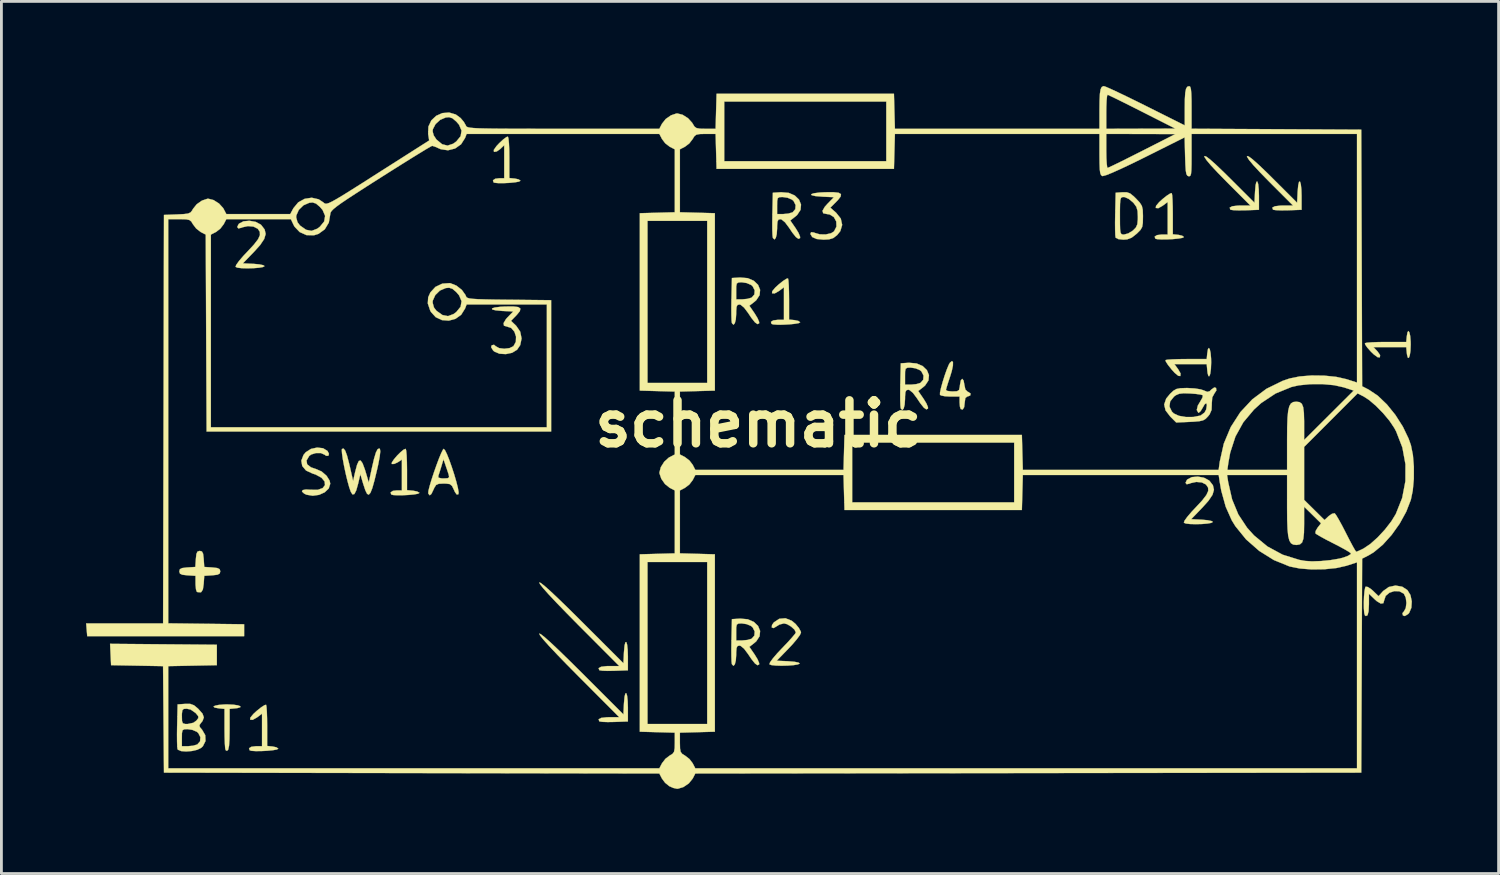
<source format=kicad_pcb>
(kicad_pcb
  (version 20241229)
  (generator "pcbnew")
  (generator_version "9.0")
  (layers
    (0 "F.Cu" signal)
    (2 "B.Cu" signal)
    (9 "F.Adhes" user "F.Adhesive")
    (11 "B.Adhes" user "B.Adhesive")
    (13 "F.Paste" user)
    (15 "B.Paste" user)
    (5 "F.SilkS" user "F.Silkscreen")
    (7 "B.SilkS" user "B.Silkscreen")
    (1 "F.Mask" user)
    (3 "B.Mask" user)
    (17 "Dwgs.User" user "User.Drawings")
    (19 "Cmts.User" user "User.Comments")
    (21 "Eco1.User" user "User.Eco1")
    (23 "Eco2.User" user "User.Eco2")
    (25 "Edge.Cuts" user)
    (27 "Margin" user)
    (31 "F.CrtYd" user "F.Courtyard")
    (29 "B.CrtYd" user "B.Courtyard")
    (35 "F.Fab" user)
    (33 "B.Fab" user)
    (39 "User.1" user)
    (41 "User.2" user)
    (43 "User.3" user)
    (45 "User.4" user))
  (footprint "schematic"
    (layer "F.Cu")
    (at 23.84 11.979)
    (property "Reference" "schematic" (at 0 0 0) (layer "F.SilkS") (effects (font (size 1.524 1.524) (thickness 0.3))))
    (attr through_hole)
    (fp_poly (pts (xy -18.615 9.958) (xy -18.454 9.982) (xy -18.368 10.014) (xy -18.37 10.049) (xy -18.473 10.079) (xy -18.551 10.088) (xy -18.748 10.107) (xy -18.748 10.826) (xy -18.753 11.177) (xy -18.769 11.417) (xy -18.799 11.554) (xy -18.843 11.597) (xy -18.89 11.569) (xy -18.906 11.497) (xy -18.918 11.329) (xy -18.926 11.091) (xy -18.929 10.819) (xy -18.929 10.107) (xy -19.126 10.088) (xy -19.276 10.062) (xy -19.32 10.029) (xy -19.269 9.995) (xy -19.138 9.967) (xy -18.94 9.95) (xy -18.838 9.948) (xy -18.615 9.958)) (stroke (width 0.01) (type solid)) (fill yes) (layer "F.SilkS"))
    (fp_poly (pts (xy 23.085 -3.243) (xy 23.114 -3.112) (xy 23.13 -2.914) (xy 23.132 -2.812) (xy 23.123 -2.589) (xy 23.098 -2.428) (xy 23.066 -2.342) (xy 23.032 -2.344) (xy 23.002 -2.447) (xy 22.992 -2.525) (xy 22.973 -2.721) (xy 21.811 -2.721) (xy 21.954 -2.569) (xy 22.046 -2.438) (xy 22.037 -2.358) (xy 21.959 -2.362) (xy 21.819 -2.465) (xy 21.722 -2.559) (xy 21.594 -2.702) (xy 21.517 -2.813) (xy 21.508 -2.861) (xy 21.582 -2.878) (xy 21.751 -2.891) (xy 21.99 -2.9) (xy 22.261 -2.903) (xy 22.973 -2.903) (xy 22.992 -3.099) (xy 23.018 -3.25) (xy 23.051 -3.293) (xy 23.085 -3.243)) (stroke (width 0.01) (type solid)) (fill yes) (layer "F.SilkS"))
    (fp_poly (pts (xy 15.874 -9.482) (xy 16.011 -9.38) (xy 16.227 -9.188) (xy 16.522 -8.906) (xy 16.726 -8.704) (xy 17.592 -7.84) (xy 17.611 -8.229) (xy 17.631 -8.462) (xy 17.66 -8.581) (xy 17.693 -8.592) (xy 17.723 -8.501) (xy 17.743 -8.314) (xy 17.75 -8.089) (xy 17.75 -7.59) (xy 17.263 -7.572) (xy 17.031 -7.569) (xy 16.848 -7.576) (xy 16.745 -7.591) (xy 16.736 -7.596) (xy 16.713 -7.667) (xy 16.803 -7.715) (xy 17.002 -7.739) (xy 17.102 -7.741) (xy 17.446 -7.741) (xy 16.607 -8.581) (xy 16.287 -8.908) (xy 16.047 -9.166) (xy 15.889 -9.354) (xy 15.817 -9.467) (xy 15.815 -9.495) (xy 15.874 -9.482)) (stroke (width 0.01) (type solid)) (fill yes) (layer "F.SilkS"))
    (fp_poly (pts (xy 16.007 -2.643) (xy 16.036 -2.513) (xy 16.053 -2.315) (xy 16.056 -2.177) (xy 16.047 -1.944) (xy 16.024 -1.778) (xy 15.993 -1.691) (xy 15.959 -1.694) (xy 15.929 -1.8) (xy 15.917 -1.904) (xy 15.898 -2.117) (xy 14.753 -2.117) (xy 14.887 -1.935) (xy 14.972 -1.785) (xy 14.963 -1.695) (xy 14.963 -1.695) (xy 14.89 -1.703) (xy 14.762 -1.809) (xy 14.652 -1.93) (xy 14.528 -2.086) (xy 14.45 -2.205) (xy 14.437 -2.261) (xy 14.508 -2.275) (xy 14.676 -2.287) (xy 14.914 -2.295) (xy 15.186 -2.298) (xy 15.898 -2.298) (xy 15.917 -2.495) (xy 15.942 -2.647) (xy 15.974 -2.692) (xy 16.007 -2.643)) (stroke (width 0.01) (type solid)) (fill yes) (layer "F.SilkS"))
    (fp_poly (pts (xy 17.385 -9.482) (xy 17.523 -9.38) (xy 17.739 -9.188) (xy 18.034 -8.906) (xy 18.238 -8.704) (xy 19.104 -7.84) (xy 19.122 -8.229) (xy 19.143 -8.462) (xy 19.172 -8.581) (xy 19.205 -8.592) (xy 19.234 -8.501) (xy 19.255 -8.314) (xy 19.262 -8.089) (xy 19.262 -7.59) (xy 18.775 -7.572) (xy 18.543 -7.569) (xy 18.36 -7.576) (xy 18.257 -7.591) (xy 18.248 -7.596) (xy 18.224 -7.667) (xy 18.315 -7.715) (xy 18.513 -7.739) (xy 18.614 -7.741) (xy 18.958 -7.741) (xy 18.119 -8.581) (xy 17.799 -8.908) (xy 17.559 -9.166) (xy 17.401 -9.354) (xy 17.329 -9.467) (xy 17.326 -9.495) (xy 17.385 -9.482)) (stroke (width 0.01) (type solid)) (fill yes) (layer "F.SilkS"))
    (fp_poly (pts (xy -12.503 0.888) (xy -12.486 0.955) (xy -12.471 1.119) (xy -12.462 1.354) (xy -12.458 1.633) (xy -12.458 2.351) (xy -12.245 2.37) (xy -12.1 2.398) (xy -12.022 2.442) (xy -12.018 2.449) (xy -12.067 2.477) (xy -12.202 2.502) (xy -12.392 2.52) (xy -12.602 2.531) (xy -12.799 2.533) (xy -12.95 2.524) (xy -13.019 2.504) (xy -13.039 2.431) (xy -12.96 2.377) (xy -12.817 2.359) (xy -12.64 2.359) (xy -12.64 1.267) (xy -12.788 1.365) (xy -12.914 1.422) (xy -13 1.423) (xy -12.994 1.366) (xy -12.922 1.259) (xy -12.812 1.129) (xy -12.688 1.005) (xy -12.578 0.914) (xy -12.507 0.886) (xy -12.503 0.888)) (stroke (width 0.01) (type solid)) (fill yes) (layer "F.SilkS"))
    (fp_poly (pts (xy -8.86 -10.115) (xy -8.844 -9.95) (xy -8.833 -9.713) (xy -8.83 -9.435) (xy -8.83 -8.716) (xy -8.633 -8.697) (xy -8.499 -8.668) (xy -8.437 -8.622) (xy -8.436 -8.618) (xy -8.491 -8.589) (xy -8.631 -8.564) (xy -8.823 -8.545) (xy -9.03 -8.535) (xy -9.217 -8.535) (xy -9.35 -8.548) (xy -9.39 -8.563) (xy -9.41 -8.636) (xy -9.331 -8.69) (xy -9.189 -8.709) (xy -9.011 -8.709) (xy -9.011 -9.879) (xy -9.158 -9.741) (xy -9.277 -9.658) (xy -9.37 -9.644) (xy -9.375 -9.647) (xy -9.38 -9.714) (xy -9.285 -9.849) (xy -9.188 -9.953) (xy -9.045 -10.086) (xy -8.932 -10.169) (xy -8.88 -10.184) (xy -8.86 -10.115)) (stroke (width 0.01) (type solid)) (fill yes) (layer "F.SilkS"))
    (fp_poly (pts (xy -17.44 10.033) (xy -17.428 10.201) (xy -17.42 10.439) (xy -17.417 10.711) (xy -17.417 11.422) (xy -17.221 11.441) (xy -17.087 11.47) (xy -17.025 11.516) (xy -17.024 11.521) (xy -17.079 11.549) (xy -17.221 11.573) (xy -17.415 11.592) (xy -17.628 11.603) (xy -17.827 11.604) (xy -17.975 11.594) (xy -18.038 11.575) (xy -18.059 11.503) (xy -17.978 11.451) (xy -17.812 11.43) (xy -17.807 11.43) (xy -17.599 11.43) (xy -17.599 10.277) (xy -17.78 10.412) (xy -17.93 10.496) (xy -18.021 10.488) (xy -18.021 10.488) (xy -18.012 10.415) (xy -17.906 10.287) (xy -17.786 10.177) (xy -17.63 10.052) (xy -17.51 9.975) (xy -17.455 9.961) (xy -17.44 10.033)) (stroke (width 0.01) (type solid)) (fill yes) (layer "F.SilkS"))
    (fp_poly (pts (xy 1.066 -5.086) (xy 1.078 -4.918) (xy 1.086 -4.681) (xy 1.089 -4.409) (xy 1.089 -3.697) (xy 1.285 -3.678) (xy 1.419 -3.649) (xy 1.481 -3.603) (xy 1.482 -3.598) (xy 1.427 -3.57) (xy 1.285 -3.546) (xy 1.091 -3.527) (xy 0.877 -3.516) (xy 0.679 -3.515) (xy 0.53 -3.525) (xy 0.468 -3.544) (xy 0.446 -3.616) (xy 0.528 -3.668) (xy 0.694 -3.689) (xy 0.699 -3.689) (xy 0.907 -3.689) (xy 0.907 -4.842) (xy 0.725 -4.707) (xy 0.575 -4.623) (xy 0.485 -4.631) (xy 0.485 -4.631) (xy 0.493 -4.704) (xy 0.6 -4.832) (xy 0.72 -4.942) (xy 0.876 -5.067) (xy 0.996 -5.144) (xy 1.051 -5.158) (xy 1.066 -5.086)) (stroke (width 0.01) (type solid)) (fill yes) (layer "F.SilkS"))
    (fp_poly (pts (xy 14.673 -8.11) (xy 14.685 -7.942) (xy 14.693 -7.704) (xy 14.696 -7.432) (xy 14.696 -6.721) (xy 14.892 -6.702) (xy 15.026 -6.672) (xy 15.088 -6.627) (xy 15.089 -6.622) (xy 15.034 -6.594) (xy 14.892 -6.57) (xy 14.698 -6.551) (xy 14.484 -6.54) (xy 14.286 -6.539) (xy 14.137 -6.549) (xy 14.075 -6.568) (xy 14.053 -6.64) (xy 14.135 -6.692) (xy 14.301 -6.713) (xy 14.306 -6.713) (xy 14.514 -6.713) (xy 14.514 -7.866) (xy 14.332 -7.731) (xy 14.183 -7.647) (xy 14.092 -7.655) (xy 14.092 -7.655) (xy 14.101 -7.728) (xy 14.207 -7.856) (xy 14.327 -7.966) (xy 14.483 -8.091) (xy 14.603 -8.168) (xy 14.658 -8.182) (xy 14.673 -8.11)) (stroke (width 0.01) (type solid)) (fill yes) (layer "F.SilkS"))
    (fp_poly (pts (xy -7.715 5.643) (xy -7.578 5.75) (xy -7.362 5.943) (xy -7.069 6.22) (xy -6.699 6.579) (xy -6.255 7.02) (xy -6.255 7.02) (xy -4.784 8.49) (xy -4.766 8.1) (xy -4.745 7.867) (xy -4.716 7.748) (xy -4.683 7.737) (xy -4.654 7.828) (xy -4.633 8.015) (xy -4.626 8.24) (xy -4.626 8.739) (xy -5.113 8.756) (xy -5.345 8.76) (xy -5.528 8.753) (xy -5.631 8.738) (xy -5.641 8.733) (xy -5.664 8.662) (xy -5.573 8.613) (xy -5.375 8.59) (xy -5.275 8.588) (xy -4.932 8.588) (xy -6.374 7.142) (xy -6.799 6.711) (xy -7.151 6.348) (xy -7.428 6.054) (xy -7.625 5.833) (xy -7.74 5.688) (xy -7.77 5.623) (xy -7.77 5.623) (xy -7.715 5.643)) (stroke (width 0.01) (type solid)) (fill yes) (layer "F.SilkS"))
    (fp_poly (pts (xy -7.715 7.457) (xy -7.578 7.565) (xy -7.362 7.757) (xy -7.069 8.034) (xy -6.699 8.394) (xy -6.255 8.834) (xy -6.255 8.834) (xy -4.784 10.304) (xy -4.766 9.914) (xy -4.745 9.681) (xy -4.716 9.562) (xy -4.683 9.551) (xy -4.654 9.642) (xy -4.633 9.829) (xy -4.626 10.054) (xy -4.626 10.553) (xy -5.113 10.57) (xy -5.345 10.574) (xy -5.528 10.567) (xy -5.631 10.552) (xy -5.641 10.547) (xy -5.664 10.476) (xy -5.573 10.427) (xy -5.375 10.404) (xy -5.275 10.402) (xy -4.932 10.402) (xy -6.374 8.956) (xy -6.799 8.526) (xy -7.151 8.162) (xy -7.428 7.868) (xy -7.625 7.647) (xy -7.74 7.502) (xy -7.77 7.437) (xy -7.77 7.437) (xy -7.715 7.457)) (stroke (width 0.01) (type solid)) (fill yes) (layer "F.SilkS"))
    (fp_poly (pts (xy -19.73 4.525) (xy -19.689 4.604) (xy -19.668 4.771) (xy -19.667 4.79) (xy -19.648 5.074) (xy -19.364 5.092) (xy -19.188 5.112) (xy -19.104 5.151) (xy -19.08 5.223) (xy -19.08 5.231) (xy -19.1 5.307) (xy -19.179 5.349) (xy -19.346 5.369) (xy -19.364 5.37) (xy -19.648 5.389) (xy -19.667 5.672) (xy -19.696 5.871) (xy -19.753 5.964) (xy -19.779 5.974) (xy -19.886 5.966) (xy -19.915 5.949) (xy -19.941 5.867) (xy -19.956 5.712) (xy -19.957 5.648) (xy -19.957 5.389) (xy -20.244 5.371) (xy -20.421 5.351) (xy -20.507 5.313) (xy -20.531 5.241) (xy -20.532 5.231) (xy -20.512 5.155) (xy -20.433 5.114) (xy -20.266 5.093) (xy -20.248 5.092) (xy -19.964 5.074) (xy -19.945 4.79) (xy -19.926 4.614) (xy -19.887 4.529) (xy -19.814 4.506) (xy -19.806 4.505) (xy -19.73 4.525)) (stroke (width 0.01) (type solid)) (fill yes) (layer "F.SilkS"))
    (fp_poly (pts (xy -17.826 -7.162) (xy -17.647 -7.068) (xy -17.626 -7.048) (xy -17.506 -6.892) (xy -17.47 -6.733) (xy -17.522 -6.555) (xy -17.666 -6.34) (xy -17.878 -6.105) (xy -18.278 -5.691) (xy -17.893 -5.673) (xy -17.695 -5.655) (xy -17.556 -5.626) (xy -17.508 -5.594) (xy -17.563 -5.561) (xy -17.704 -5.536) (xy -17.899 -5.52) (xy -18.114 -5.514) (xy -18.314 -5.519) (xy -18.467 -5.537) (xy -18.537 -5.566) (xy -18.515 -5.635) (xy -18.419 -5.77) (xy -18.264 -5.952) (xy -18.119 -6.105) (xy -17.886 -6.356) (xy -17.739 -6.547) (xy -17.673 -6.692) (xy -17.678 -6.81) (xy -17.748 -6.914) (xy -17.754 -6.92) (xy -17.9 -6.994) (xy -18.098 -7.012) (xy -18.291 -6.97) (xy -18.325 -6.955) (xy -18.437 -6.928) (xy -18.478 -6.98) (xy -18.43 -7.08) (xy -18.411 -7.101) (xy -18.255 -7.182) (xy -18.045 -7.201) (xy -17.826 -7.162)) (stroke (width 0.01) (type solid)) (fill yes) (layer "F.SilkS"))
    (fp_poly (pts (xy 15.799 1.909) (xy 15.977 2.004) (xy 15.999 2.023) (xy 16.119 2.179) (xy 16.155 2.338) (xy 16.103 2.517) (xy 15.958 2.731) (xy 15.747 2.966) (xy 15.347 3.381) (xy 15.732 3.399) (xy 15.93 3.417) (xy 16.069 3.446) (xy 16.117 3.477) (xy 16.062 3.511) (xy 15.92 3.536) (xy 15.725 3.552) (xy 15.511 3.557) (xy 15.31 3.552) (xy 15.158 3.535) (xy 15.088 3.506) (xy 15.11 3.436) (xy 15.206 3.302) (xy 15.361 3.12) (xy 15.506 2.966) (xy 15.739 2.715) (xy 15.885 2.525) (xy 15.952 2.379) (xy 15.947 2.262) (xy 15.876 2.157) (xy 15.871 2.151) (xy 15.725 2.077) (xy 15.527 2.059) (xy 15.333 2.101) (xy 15.3 2.117) (xy 15.188 2.143) (xy 15.147 2.091) (xy 15.194 1.991) (xy 15.214 1.97) (xy 15.369 1.889) (xy 15.58 1.87) (xy 15.799 1.909)) (stroke (width 0.01) (type solid)) (fill yes) (layer "F.SilkS"))
    (fp_poly (pts (xy 1.185 6.982) (xy 1.319 7.094) (xy 1.436 7.237) (xy 1.505 7.365) (xy 1.512 7.403) (xy 1.472 7.49) (xy 1.363 7.638) (xy 1.205 7.824) (xy 1.081 7.956) (xy 0.65 8.4) (xy 1.066 8.418) (xy 1.278 8.436) (xy 1.42 8.464) (xy 1.467 8.497) (xy 1.403 8.53) (xy 1.253 8.555) (xy 1.05 8.571) (xy 0.828 8.577) (xy 0.622 8.571) (xy 0.465 8.554) (xy 0.392 8.525) (xy 0.415 8.456) (xy 0.512 8.321) (xy 0.669 8.137) (xy 0.84 7.956) (xy 1.034 7.753) (xy 1.191 7.579) (xy 1.296 7.453) (xy 1.33 7.396) (xy 1.281 7.296) (xy 1.162 7.188) (xy 1.018 7.103) (xy 0.908 7.076) (xy 0.748 7.116) (xy 0.659 7.172) (xy 0.541 7.242) (xy 0.476 7.221) (xy 0.484 7.133) (xy 0.55 7.039) (xy 0.742 6.912) (xy 0.961 6.893) (xy 1.185 6.982)) (stroke (width 0.01) (type solid)) (fill yes) (layer "F.SilkS"))
    (fp_poly (pts (xy -15.434 0.865) (xy -15.276 0.962) (xy -15.224 1.065) (xy -15.25 1.134) (xy -15.327 1.133) (xy -15.378 1.095) (xy -15.509 1.037) (xy -15.687 1.035) (xy -15.854 1.086) (xy -15.926 1.139) (xy -16.021 1.299) (xy -15.999 1.435) (xy -15.863 1.542) (xy -15.694 1.599) (xy -15.486 1.689) (xy -15.311 1.84) (xy -15.201 2.015) (xy -15.18 2.124) (xy -15.234 2.292) (xy -15.376 2.427) (xy -15.575 2.517) (xy -15.8 2.549) (xy -16.02 2.513) (xy -16.103 2.474) (xy -16.183 2.401) (xy -16.157 2.349) (xy -16.038 2.327) (xy -15.881 2.337) (xy -15.62 2.339) (xy -15.448 2.277) (xy -15.367 2.172) (xy -15.38 2.042) (xy -15.49 1.911) (xy -15.699 1.797) (xy -15.806 1.763) (xy -16.038 1.655) (xy -16.173 1.495) (xy -16.206 1.305) (xy -16.129 1.104) (xy -16.048 1.006) (xy -15.865 0.889) (xy -15.646 0.841) (xy -15.434 0.865)) (stroke (width 0.01) (type solid)) (fill yes) (layer "F.SilkS"))
    (fp_poly (pts (xy -8.514 -4.141) (xy -8.438 -4.087) (xy -8.457 -3.997) (xy -8.564 -3.865) (xy -8.576 -3.852) (xy -8.77 -3.652) (xy -8.588 -3.478) (xy -8.444 -3.268) (xy -8.396 -3.027) (xy -8.444 -2.792) (xy -8.555 -2.628) (xy -8.731 -2.52) (xy -8.955 -2.473) (xy -9.181 -2.487) (xy -9.364 -2.565) (xy -9.405 -2.602) (xy -9.476 -2.72) (xy -9.454 -2.786) (xy -9.373 -2.804) (xy -9.315 -2.754) (xy -9.193 -2.686) (xy -9.012 -2.663) (xy -8.825 -2.685) (xy -8.687 -2.752) (xy -8.683 -2.756) (xy -8.599 -2.909) (xy -8.592 -3.092) (xy -8.65 -3.267) (xy -8.761 -3.398) (xy -8.906 -3.447) (xy -9.02 -3.48) (xy -9.034 -3.572) (xy -8.95 -3.713) (xy -8.888 -3.782) (xy -8.691 -3.985) (xy -9.078 -4.003) (xy -9.315 -4.025) (xy -9.436 -4.056) (xy -9.444 -4.092) (xy -9.344 -4.126) (xy -9.137 -4.152) (xy -8.986 -4.16) (xy -8.695 -4.163) (xy -8.514 -4.141)) (stroke (width 0.01) (type solid)) (fill yes) (layer "F.SilkS"))
    (fp_poly (pts (xy 2.844 -8.195) (xy 2.929 -8.146) (xy 2.919 -8.061) (xy 2.82 -7.934) (xy 2.771 -7.884) (xy 2.553 -7.665) (xy 2.758 -7.485) (xy 2.923 -7.278) (xy 2.972 -7.055) (xy 2.907 -6.835) (xy 2.794 -6.694) (xy 2.66 -6.59) (xy 2.509 -6.542) (xy 2.314 -6.531) (xy 2.064 -6.555) (xy 1.913 -6.623) (xy 1.909 -6.627) (xy 1.844 -6.733) (xy 1.87 -6.796) (xy 1.971 -6.785) (xy 1.995 -6.773) (xy 2.177 -6.72) (xy 2.389 -6.716) (xy 2.579 -6.759) (xy 2.682 -6.823) (xy 2.769 -6.993) (xy 2.763 -7.173) (xy 2.679 -7.329) (xy 2.531 -7.424) (xy 2.433 -7.439) (xy 2.3 -7.467) (xy 2.274 -7.553) (xy 2.354 -7.694) (xy 2.452 -7.804) (xy 2.68 -8.037) (xy 2.277 -8.055) (xy 2.026 -8.076) (xy 1.892 -8.107) (xy 1.872 -8.142) (xy 1.965 -8.175) (xy 2.166 -8.202) (xy 2.353 -8.212) (xy 2.654 -8.215) (xy 2.844 -8.195)) (stroke (width 0.01) (type solid)) (fill yes) (layer "F.SilkS"))
    (fp_poly (pts (xy 22.831 5.775) (xy 23.014 5.894) (xy 23.122 6.07) (xy 23.169 6.294) (xy 23.155 6.52) (xy 23.077 6.703) (xy 23.04 6.744) (xy 22.922 6.815) (xy 22.856 6.794) (xy 22.838 6.712) (xy 22.888 6.655) (xy 22.956 6.532) (xy 22.979 6.351) (xy 22.957 6.164) (xy 22.89 6.026) (xy 22.886 6.022) (xy 22.733 5.938) (xy 22.55 5.931) (xy 22.375 5.989) (xy 22.244 6.1) (xy 22.195 6.245) (xy 22.162 6.359) (xy 22.071 6.373) (xy 21.929 6.288) (xy 21.857 6.224) (xy 21.65 6.024) (xy 21.65 6.395) (xy 21.638 6.645) (xy 21.6 6.787) (xy 21.54 6.815) (xy 21.508 6.792) (xy 21.483 6.708) (xy 21.471 6.544) (xy 21.469 6.335) (xy 21.476 6.117) (xy 21.493 5.927) (xy 21.518 5.801) (xy 21.535 5.772) (xy 21.614 5.786) (xy 21.736 5.868) (xy 21.796 5.921) (xy 21.991 6.11) (xy 22.154 5.928) (xy 22.354 5.785) (xy 22.592 5.733) (xy 22.831 5.775)) (stroke (width 0.01) (type solid)) (fill yes) (layer "F.SilkS"))
    (fp_poly (pts (xy -13.419 0.89) (xy -13.406 0.975) (xy -13.426 1.16) (xy -13.477 1.432) (xy -13.516 1.607) (xy -13.61 1.999) (xy -13.688 2.277) (xy -13.755 2.446) (xy -13.815 2.512) (xy -13.874 2.481) (xy -13.936 2.356) (xy -14.006 2.144) (xy -14.011 2.129) (xy -14.113 1.784) (xy -14.188 2.109) (xy -14.258 2.359) (xy -14.325 2.49) (xy -14.391 2.503) (xy -14.45 2.413) (xy -14.506 2.254) (xy -14.568 2.03) (xy -14.631 1.771) (xy -14.688 1.502) (xy -14.734 1.253) (xy -14.763 1.049) (xy -14.771 0.92) (xy -14.763 0.89) (xy -14.707 0.876) (xy -14.649 0.952) (xy -14.584 1.128) (xy -14.51 1.411) (xy -14.479 1.542) (xy -14.37 2.026) (xy -14.296 1.701) (xy -14.229 1.45) (xy -14.167 1.316) (xy -14.103 1.3) (xy -14.033 1.401) (xy -13.951 1.621) (xy -13.914 1.743) (xy -13.814 2.078) (xy -13.704 1.568) (xy -13.627 1.236) (xy -13.56 1.014) (xy -13.499 0.897) (xy -13.442 0.873) (xy -13.419 0.89)) (stroke (width 0.01) (type solid)) (fill yes) (layer "F.SilkS"))
    (fp_poly (pts (xy 6.901 -2.189) (xy 6.899 -2.065) (xy 6.858 -1.871) (xy 6.804 -1.694) (xy 6.732 -1.477) (xy 6.678 -1.304) (xy 6.653 -1.207) (xy 6.652 -1.199) (xy 6.706 -1.167) (xy 6.84 -1.15) (xy 6.891 -1.149) (xy 7.045 -1.156) (xy 7.116 -1.201) (xy 7.142 -1.315) (xy 7.148 -1.376) (xy 7.18 -1.543) (xy 7.23 -1.596) (xy 7.278 -1.534) (xy 7.306 -1.382) (xy 7.341 -1.216) (xy 7.423 -1.137) (xy 7.448 -1.129) (xy 7.527 -1.073) (xy 7.512 -1.005) (xy 7.415 -0.968) (xy 7.405 -0.968) (xy 7.339 -0.915) (xy 7.318 -0.76) (xy 7.298 -0.593) (xy 7.247 -0.508) (xy 7.177 -0.524) (xy 7.175 -0.526) (xy 7.148 -0.608) (xy 7.136 -0.754) (xy 7.136 -0.766) (xy 7.136 -0.968) (xy 6.807 -0.968) (xy 6.618 -0.978) (xy 6.481 -1.005) (xy 6.44 -1.03) (xy 6.441 -1.11) (xy 6.476 -1.272) (xy 6.534 -1.483) (xy 6.605 -1.71) (xy 6.68 -1.922) (xy 6.748 -2.088) (xy 6.791 -2.165) (xy 6.865 -2.227) (xy 6.901 -2.189)) (stroke (width 0.01) (type solid)) (fill yes) (layer "F.SilkS"))
    (fp_poly (pts (xy -11.111 0.935) (xy -11.041 1.076) (xy -10.958 1.284) (xy -10.87 1.532) (xy -10.784 1.796) (xy -10.71 2.05) (xy -10.655 2.268) (xy -10.628 2.425) (xy -10.635 2.495) (xy -10.693 2.507) (xy -10.758 2.419) (xy -10.794 2.339) (xy -10.862 2.201) (xy -10.941 2.136) (xy -11.077 2.118) (xy -11.158 2.117) (xy -11.33 2.125) (xy -11.426 2.167) (xy -11.492 2.271) (xy -11.517 2.328) (xy -11.594 2.487) (xy -11.652 2.534) (xy -11.699 2.478) (xy -11.705 2.463) (xy -11.699 2.377) (xy -11.657 2.209) (xy -11.59 1.984) (xy -11.546 1.851) (xy -11.35 1.851) (xy -11.34 1.909) (xy -11.237 1.933) (xy -11.16 1.935) (xy -11.016 1.928) (xy -10.965 1.892) (xy -10.979 1.805) (xy -10.981 1.799) (xy -11.031 1.646) (xy -11.093 1.464) (xy -11.094 1.459) (xy -11.165 1.255) (xy -11.241 1.511) (xy -11.296 1.688) (xy -11.34 1.824) (xy -11.35 1.851) (xy -11.546 1.851) (xy -11.506 1.728) (xy -11.414 1.467) (xy -11.324 1.227) (xy -11.244 1.034) (xy -11.183 0.913) (xy -11.158 0.885) (xy -11.111 0.935)) (stroke (width 0.01) (type solid)) (fill yes) (layer "F.SilkS"))
    (fp_poly (pts (xy -0.376 -5.166) (xy -0.16 -5.073) (xy -0.01 -4.928) (xy 0.062 -4.752) (xy 0.044 -4.564) (xy -0.074 -4.384) (xy -0.129 -4.336) (xy -0.318 -4.188) (xy -0.126 -3.908) (xy -0.027 -3.744) (xy 0.027 -3.616) (xy 0.028 -3.565) (xy -0.03 -3.536) (xy -0.119 -3.598) (xy -0.247 -3.758) (xy -0.366 -3.936) (xy -0.507 -4.123) (xy -0.628 -4.222) (xy -0.672 -4.233) (xy -0.738 -4.217) (xy -0.773 -4.148) (xy -0.785 -4) (xy -0.786 -3.904) (xy -0.799 -3.705) (xy -0.834 -3.57) (xy -0.88 -3.515) (xy -0.93 -3.56) (xy -0.94 -3.583) (xy -0.951 -3.673) (xy -0.957 -3.857) (xy -0.959 -4.109) (xy -0.955 -4.403) (xy -0.954 -4.418) (xy -0.948 -4.717) (xy -0.786 -4.717) (xy -0.786 -4.415) (xy -0.571 -4.415) (xy -0.389 -4.432) (xy -0.244 -4.474) (xy -0.238 -4.477) (xy -0.141 -4.587) (xy -0.13 -4.735) (xy -0.203 -4.879) (xy -0.255 -4.925) (xy -0.414 -4.993) (xy -0.588 -5.02) (xy -0.705 -5.014) (xy -0.764 -4.977) (xy -0.784 -4.877) (xy -0.786 -4.717) (xy -0.948 -4.717) (xy -0.937 -5.171) (xy -0.645 -5.189) (xy -0.376 -5.166)) (stroke (width 0.01) (type solid)) (fill yes) (layer "F.SilkS"))
    (fp_poly (pts (xy -0.376 6.929) (xy -0.16 7.023) (xy -0.01 7.167) (xy 0.062 7.343) (xy 0.044 7.531) (xy -0.074 7.711) (xy -0.129 7.759) (xy -0.318 7.908) (xy -0.126 8.188) (xy -0.027 8.351) (xy 0.027 8.48) (xy 0.028 8.531) (xy -0.03 8.559) (xy -0.119 8.497) (xy -0.247 8.337) (xy -0.366 8.16) (xy -0.507 7.972) (xy -0.628 7.873) (xy -0.672 7.862) (xy -0.738 7.878) (xy -0.773 7.947) (xy -0.785 8.096) (xy -0.786 8.191) (xy -0.799 8.39) (xy -0.834 8.526) (xy -0.88 8.58) (xy -0.93 8.535) (xy -0.94 8.513) (xy -0.951 8.423) (xy -0.957 8.238) (xy -0.959 7.986) (xy -0.955 7.692) (xy -0.954 7.677) (xy -0.948 7.378) (xy -0.786 7.378) (xy -0.786 7.68) (xy -0.571 7.68) (xy -0.389 7.663) (xy -0.244 7.621) (xy -0.238 7.618) (xy -0.141 7.508) (xy -0.13 7.36) (xy -0.203 7.216) (xy -0.255 7.17) (xy -0.414 7.102) (xy -0.588 7.076) (xy -0.705 7.081) (xy -0.764 7.118) (xy -0.784 7.218) (xy -0.786 7.378) (xy -0.948 7.378) (xy -0.937 6.925) (xy -0.645 6.906) (xy -0.376 6.929)) (stroke (width 0.01) (type solid)) (fill yes) (layer "F.SilkS"))
    (fp_poly (pts (xy 1.076 -8.19) (xy 1.291 -8.097) (xy 1.441 -7.952) (xy 1.513 -7.776) (xy 1.496 -7.588) (xy 1.377 -7.408) (xy 1.323 -7.36) (xy 1.133 -7.211) (xy 1.326 -6.931) (xy 1.425 -6.768) (xy 1.478 -6.64) (xy 1.48 -6.588) (xy 1.422 -6.56) (xy 1.333 -6.622) (xy 1.205 -6.782) (xy 1.086 -6.959) (xy 0.945 -7.147) (xy 0.824 -7.246) (xy 0.78 -7.257) (xy 0.713 -7.241) (xy 0.678 -7.172) (xy 0.666 -7.023) (xy 0.665 -6.928) (xy 0.652 -6.729) (xy 0.618 -6.593) (xy 0.572 -6.539) (xy 0.522 -6.584) (xy 0.512 -6.607) (xy 0.501 -6.696) (xy 0.494 -6.881) (xy 0.493 -7.133) (xy 0.497 -7.427) (xy 0.497 -7.442) (xy 0.504 -7.741) (xy 0.665 -7.741) (xy 0.665 -7.439) (xy 0.881 -7.439) (xy 1.062 -7.456) (xy 1.208 -7.498) (xy 1.214 -7.501) (xy 1.31 -7.611) (xy 1.321 -7.759) (xy 1.248 -7.903) (xy 1.196 -7.949) (xy 1.038 -8.017) (xy 0.863 -8.043) (xy 0.746 -8.038) (xy 0.688 -8.001) (xy 0.668 -7.901) (xy 0.665 -7.741) (xy 0.504 -7.741) (xy 0.514 -8.195) (xy 0.806 -8.213) (xy 1.076 -8.19)) (stroke (width 0.01) (type solid)) (fill yes) (layer "F.SilkS"))
    (fp_poly (pts (xy 5.611 -2.142) (xy 5.827 -2.049) (xy 5.977 -1.904) (xy 6.049 -1.728) (xy 6.032 -1.54) (xy 5.913 -1.36) (xy 5.858 -1.312) (xy 5.669 -1.164) (xy 5.861 -0.884) (xy 5.961 -0.72) (xy 6.014 -0.592) (xy 6.015 -0.541) (xy 5.957 -0.512) (xy 5.868 -0.574) (xy 5.74 -0.734) (xy 5.621 -0.912) (xy 5.481 -1.099) (xy 5.36 -1.198) (xy 5.316 -1.21) (xy 5.249 -1.193) (xy 5.214 -1.124) (xy 5.202 -0.976) (xy 5.201 -0.88) (xy 5.188 -0.682) (xy 5.154 -0.546) (xy 5.107 -0.491) (xy 5.057 -0.536) (xy 5.047 -0.559) (xy 5.037 -0.649) (xy 5.03 -0.833) (xy 5.029 -1.085) (xy 5.032 -1.379) (xy 5.033 -1.394) (xy 5.039 -1.693) (xy 5.201 -1.693) (xy 5.201 -1.391) (xy 5.417 -1.391) (xy 5.598 -1.408) (xy 5.743 -1.451) (xy 5.749 -1.454) (xy 5.846 -1.563) (xy 5.857 -1.712) (xy 5.784 -1.855) (xy 5.732 -1.902) (xy 5.574 -1.969) (xy 5.399 -1.996) (xy 5.282 -1.99) (xy 5.223 -1.953) (xy 5.203 -1.853) (xy 5.201 -1.693) (xy 5.039 -1.693) (xy 5.05 -2.147) (xy 5.342 -2.166) (xy 5.611 -2.142)) (stroke (width 0.01) (type solid)) (fill yes) (layer "F.SilkS"))
    (fp_poly (pts (xy 13.063 -8.212) (xy 13.181 -8.171) (xy 13.31 -8.068) (xy 13.396 -7.983) (xy 13.527 -7.841) (xy 13.599 -7.726) (xy 13.63 -7.59) (xy 13.637 -7.389) (xy 13.637 -7.34) (xy 13.633 -7.123) (xy 13.61 -6.983) (xy 13.551 -6.878) (xy 13.44 -6.765) (xy 13.411 -6.738) (xy 13.237 -6.602) (xy 13.076 -6.541) (xy 12.941 -6.531) (xy 12.767 -6.55) (xy 12.672 -6.6) (xy 12.666 -6.61) (xy 12.656 -6.699) (xy 12.65 -6.881) (xy 12.648 -7.133) (xy 12.652 -7.378) (xy 12.821 -7.378) (xy 12.822 -7.088) (xy 12.827 -6.897) (xy 12.842 -6.785) (xy 12.871 -6.731) (xy 12.918 -6.714) (xy 12.969 -6.713) (xy 13.114 -6.752) (xy 13.271 -6.846) (xy 13.286 -6.859) (xy 13.387 -6.962) (xy 13.438 -7.077) (xy 13.455 -7.249) (xy 13.456 -7.339) (xy 13.446 -7.55) (xy 13.404 -7.694) (xy 13.314 -7.82) (xy 13.278 -7.858) (xy 13.134 -7.976) (xy 12.993 -8.039) (xy 12.961 -8.043) (xy 12.9 -8.039) (xy 12.86 -8.011) (xy 12.836 -7.94) (xy 12.825 -7.803) (xy 12.821 -7.581) (xy 12.821 -7.378) (xy 12.652 -7.378) (xy 12.652 -7.426) (xy 12.653 -7.442) (xy 12.67 -8.195) (xy 12.912 -8.212) (xy 13.063 -8.212)) (stroke (width 0.01) (type solid)) (fill yes) (layer "F.SilkS"))
    (fp_poly (pts (xy -20.145 9.93) (xy -20.011 9.979) (xy -19.867 10.099) (xy -19.858 10.108) (xy -19.71 10.275) (xy -19.662 10.409) (xy -19.708 10.536) (xy -19.755 10.594) (xy -19.818 10.68) (xy -19.804 10.752) (xy -19.725 10.845) (xy -19.612 11.039) (xy -19.603 11.246) (xy -19.696 11.431) (xy -19.754 11.486) (xy -19.896 11.557) (xy -20.088 11.601) (xy -20.291 11.617) (xy -20.468 11.603) (xy -20.579 11.556) (xy -20.596 11.532) (xy -20.606 11.444) (xy -20.612 11.261) (xy -20.613 11.128) (xy -20.441 11.128) (xy -20.441 11.43) (xy -20.225 11.43) (xy -20.044 11.413) (xy -19.899 11.37) (xy -19.893 11.367) (xy -19.796 11.258) (xy -19.785 11.109) (xy -19.858 10.966) (xy -19.91 10.919) (xy -20.068 10.851) (xy -20.243 10.825) (xy -20.36 10.831) (xy -20.419 10.868) (xy -20.439 10.968) (xy -20.441 11.128) (xy -20.613 11.128) (xy -20.614 11.01) (xy -20.61 10.717) (xy -20.609 10.701) (xy -20.602 10.372) (xy -20.441 10.372) (xy -20.436 10.539) (xy -20.406 10.618) (xy -20.325 10.642) (xy -20.239 10.644) (xy -20.032 10.599) (xy -19.926 10.522) (xy -19.858 10.434) (xy -19.862 10.365) (xy -19.944 10.264) (xy -19.958 10.25) (xy -20.13 10.13) (xy -20.27 10.1) (xy -20.375 10.108) (xy -20.425 10.157) (xy -20.44 10.278) (xy -20.441 10.372) (xy -20.602 10.372) (xy -20.592 9.948) (xy -20.327 9.929) (xy -20.145 9.93)) (stroke (width 0.01) (type solid)) (fill yes) (layer "F.SilkS"))
    (fp_poly (pts (xy 16.229 -1.273) (xy 16.241 -1.183) (xy 16.176 -1.087) (xy 16.094 -0.937) (xy 16.078 -0.721) (xy 16.079 -0.701) (xy 16.07 -0.494) (xy 16 -0.335) (xy 15.945 -0.266) (xy 15.86 -0.178) (xy 15.769 -0.124) (xy 15.638 -0.094) (xy 15.433 -0.076) (xy 15.307 -0.07) (xy 14.817 -0.048) (xy 14.605 -0.26) (xy 14.438 -0.478) (xy 14.407 -0.613) (xy 14.577 -0.613) (xy 14.664 -0.434) (xy 14.734 -0.367) (xy 14.912 -0.285) (xy 15.158 -0.243) (xy 15.425 -0.244) (xy 15.666 -0.292) (xy 15.688 -0.3) (xy 15.821 -0.401) (xy 15.879 -0.509) (xy 15.904 -0.672) (xy 15.881 -0.734) (xy 15.822 -0.689) (xy 15.762 -0.583) (xy 15.684 -0.453) (xy 15.616 -0.393) (xy 15.599 -0.395) (xy 15.545 -0.493) (xy 15.583 -0.649) (xy 15.67 -0.795) (xy 15.743 -0.922) (xy 15.762 -1.007) (xy 15.757 -1.015) (xy 15.681 -1.038) (xy 15.519 -1.061) (xy 15.312 -1.077) (xy 15.079 -1.084) (xy 14.925 -1.067) (xy 14.809 -1.018) (xy 14.741 -0.969) (xy 14.603 -0.799) (xy 14.577 -0.613) (xy 14.407 -0.613) (xy 14.39 -0.687) (xy 14.461 -0.895) (xy 14.599 -1.064) (xy 14.717 -1.174) (xy 14.824 -1.236) (xy 14.959 -1.263) (xy 15.165 -1.27) (xy 15.219 -1.27) (xy 15.471 -1.256) (xy 15.685 -1.222) (xy 15.795 -1.185) (xy 15.919 -1.134) (xy 16.002 -1.157) (xy 16.063 -1.217) (xy 16.169 -1.292) (xy 16.229 -1.273)) (stroke (width 0.01) (type solid)) (fill yes) (layer "F.SilkS"))
    (fp_poly (pts (xy 15.313 -11.952) (xy 15.337 -11.872) (xy 15.352 -11.718) (xy 15.36 -11.474) (xy 15.361 -11.219) (xy 15.361 -10.464) (xy 18.37 -10.448) (xy 21.378 -10.432) (xy 21.394 -5.882) (xy 21.409 -1.333) (xy 21.643 -1.213) (xy 21.964 -0.998) (xy 22.285 -0.691) (xy 22.588 -0.317) (xy 22.852 0.098) (xy 23.058 0.527) (xy 23.139 0.756) (xy 23.209 1.102) (xy 23.243 1.516) (xy 23.242 1.954) (xy 23.204 2.368) (xy 23.137 2.691) (xy 22.973 3.114) (xy 22.74 3.538) (xy 22.456 3.937) (xy 22.143 4.285) (xy 21.82 4.554) (xy 21.644 4.66) (xy 21.409 4.78) (xy 21.394 8.573) (xy 21.378 12.367) (xy 9.572 12.383) (xy -2.235 12.398) (xy -2.328 12.578) (xy -2.465 12.748) (xy -2.658 12.879) (xy -2.856 12.939) (xy -2.885 12.939) (xy -3.016 12.91) (xy -3.159 12.847) (xy -3.307 12.727) (xy -3.418 12.578) (xy -3.511 12.398) (xy -12.293 12.383) (xy -21.076 12.367) (xy -21.092 10.479) (xy -21.108 8.591) (xy -22.029 8.574) (xy -22.951 8.557) (xy -22.969 8.179) (xy -22.987 7.8) (xy -21.094 7.816) (xy -19.201 7.832) (xy -19.201 8.557) (xy -20.063 8.574) (xy -20.925 8.591) (xy -20.925 12.216) (xy -3.511 12.216) (xy -3.417 12.036) (xy -3.294 11.876) (xy -3.144 11.762) (xy -3.043 11.701) (xy -2.989 11.626) (xy -2.967 11.501) (xy -2.963 11.31) (xy -2.963 10.95) (xy -4.203 10.916) (xy -4.203 4.899) (xy -3.931 4.899) (xy -3.931 10.644) (xy -1.814 10.644) (xy -1.814 4.899) (xy -3.931 4.899) (xy -4.203 4.899) (xy -4.203 4.626) (xy -3.583 4.609) (xy -2.963 4.592) (xy -2.963 2.362) (xy -2.782 2.362) (xy -2.782 4.592) (xy -2.162 4.609) (xy -1.542 4.626) (xy -1.542 10.916) (xy -2.782 10.95) (xy -2.782 11.31) (xy -2.777 11.513) (xy -2.754 11.633) (xy -2.697 11.705) (xy -2.602 11.762) (xy -2.442 11.886) (xy -2.328 12.036) (xy -2.235 12.216) (xy 21.227 12.216) (xy 21.227 4.911) (xy 20.849 5.033) (xy 20.493 5.113) (xy 20.069 5.156) (xy 19.623 5.162) (xy 19.199 5.129) (xy 18.844 5.058) (xy 18.838 5.057) (xy 18.28 4.83) (xy 17.758 4.504) (xy 17.295 4.098) (xy 16.916 3.631) (xy 16.787 3.422) (xy 16.572 2.94) (xy 16.414 2.37) (xy 16.356 2.041) (xy 16.323 1.814) (xy 16.62 1.814) (xy 16.66 2.071) (xy 16.799 2.681) (xy 17.019 3.212) (xy 17.33 3.683) (xy 17.575 3.955) (xy 18.053 4.349) (xy 18.592 4.64) (xy 19.188 4.825) (xy 19.383 4.86) (xy 19.633 4.876) (xy 19.952 4.865) (xy 20.288 4.832) (xy 20.594 4.78) (xy 20.73 4.746) (xy 20.898 4.685) (xy 20.998 4.625) (xy 21.013 4.592) (xy 20.946 4.542) (xy 20.795 4.452) (xy 20.583 4.337) (xy 20.38 4.233) (xy 20.136 4.108) (xy 19.934 3.997) (xy 19.797 3.916) (xy 19.751 3.879) (xy 19.761 3.798) (xy 19.831 3.679) (xy 19.834 3.676) (xy 19.951 3.527) (xy 19.652 3.232) (xy 19.352 2.938) (xy 19.352 3.543) (xy 19.347 3.86) (xy 19.325 4.075) (xy 19.28 4.206) (xy 19.204 4.273) (xy 19.092 4.294) (xy 19.072 4.294) (xy 18.966 4.281) (xy 18.886 4.233) (xy 18.828 4.136) (xy 18.788 3.975) (xy 18.764 3.737) (xy 18.751 3.408) (xy 18.748 2.974) (xy 18.748 2.92) (xy 18.748 1.814) (xy 16.62 1.814) (xy 16.323 1.814) (xy 9.378 1.814) (xy 9.344 3.054) (xy 3.054 3.054) (xy 3.02 1.814) (xy -2.235 1.814) (xy -2.328 1.995) (xy -2.451 2.154) (xy -2.602 2.268) (xy -2.782 2.362) (xy -2.963 2.362) (xy -3.144 2.268) (xy -3.309 2.136) (xy -3.441 1.948) (xy -3.506 1.756) (xy -3.508 1.724) (xy -3.459 1.536) (xy -3.338 1.344) (xy -3.176 1.197) (xy -3.144 1.179) (xy -2.963 1.085) (xy -2.963 -1.145) (xy -4.203 -1.179) (xy -4.203 -7.197) (xy -3.931 -7.197) (xy -3.931 -1.451) (xy -1.814 -1.451) (xy -1.814 -7.197) (xy -3.931 -7.197) (xy -4.203 -7.197) (xy -4.203 -7.469) (xy -3.583 -7.486) (xy -2.963 -7.503) (xy -2.963 -9.734) (xy -2.782 -9.734) (xy -2.782 -7.503) (xy -2.162 -7.486) (xy -1.542 -7.469) (xy -1.542 -1.179) (xy -2.782 -1.145) (xy -2.782 1.085) (xy -2.602 1.179) (xy -2.442 1.302) (xy -2.328 1.452) (xy -2.235 1.633) (xy 3.02 1.633) (xy 3.046 0.665) (xy 3.326 0.665) (xy 3.326 2.782) (xy 9.071 2.782) (xy 9.071 0.665) (xy 3.326 0.665) (xy 3.046 0.665) (xy 3.054 0.393) (xy 9.344 0.393) (xy 9.378 1.633) (xy 16.321 1.633) (xy 16.63 1.633) (xy 18.748 1.633) (xy 18.748 0.818) (xy 19.352 0.818) (xy 19.352 2.695) (xy 19.714 3.053) (xy 20.075 3.41) (xy 20.223 3.271) (xy 20.342 3.188) (xy 20.432 3.17) (xy 20.438 3.173) (xy 20.49 3.241) (xy 20.582 3.395) (xy 20.701 3.612) (xy 20.834 3.87) (xy 20.836 3.875) (xy 20.966 4.129) (xy 21.077 4.337) (xy 21.159 4.48) (xy 21.199 4.536) (xy 21.2 4.536) (xy 21.269 4.511) (xy 21.404 4.448) (xy 21.463 4.418) (xy 21.697 4.261) (xy 21.958 4.028) (xy 22.217 3.749) (xy 22.445 3.455) (xy 22.603 3.196) (xy 22.829 2.627) (xy 22.943 2.033) (xy 22.945 1.43) (xy 22.836 0.838) (xy 22.617 0.273) (xy 22.547 0.142) (xy 22.378 -0.11) (xy 22.153 -0.379) (xy 21.903 -0.634) (xy 21.658 -0.844) (xy 21.468 -0.968) (xy 21.248 -1.08) (xy 20.3 -0.131) (xy 19.352 0.818) (xy 18.748 0.818) (xy 18.748 0.558) (xy 18.751 0.116) (xy 18.763 -0.219) (xy 18.787 -0.461) (xy 18.827 -0.625) (xy 18.885 -0.724) (xy 18.966 -0.773) (xy 19.072 -0.786) (xy 19.19 -0.771) (xy 19.27 -0.712) (xy 19.319 -0.592) (xy 19.344 -0.391) (xy 19.352 -0.092) (xy 19.352 -0.034) (xy 19.352 0.573) (xy 20.231 -0.303) (xy 21.11 -1.179) (xy 20.76 -1.294) (xy 20.415 -1.371) (xy 20.002 -1.409) (xy 19.57 -1.407) (xy 19.164 -1.366) (xy 18.906 -1.308) (xy 18.34 -1.077) (xy 17.83 -0.738) (xy 17.575 -0.507) (xy 17.195 -0.054) (xy 16.916 0.451) (xy 16.731 1.021) (xy 16.666 1.376) (xy 16.63 1.633) (xy 16.321 1.633) (xy 16.36 1.346) (xy 16.503 0.704) (xy 16.75 0.114) (xy 17.09 -0.414) (xy 17.516 -0.87) (xy 18.018 -1.244) (xy 18.589 -1.524) (xy 18.838 -1.609) (xy 19.192 -1.681) (xy 19.614 -1.715) (xy 20.061 -1.71) (xy 20.485 -1.667) (xy 20.843 -1.587) (xy 20.849 -1.586) (xy 21.227 -1.464) (xy 21.227 -10.281) (xy 15.361 -10.281) (xy 15.361 -9.521) (xy 15.36 -9.205) (xy 15.354 -8.992) (xy 15.341 -8.862) (xy 15.318 -8.797) (xy 15.282 -8.778) (xy 15.255 -8.78) (xy 15.208 -8.803) (xy 15.176 -8.865) (xy 15.155 -8.986) (xy 15.142 -9.186) (xy 15.132 -9.479) (xy 15.115 -10.158) (xy 13.705 -9.453) (xy 13.241 -9.225) (xy 12.852 -9.041) (xy 12.546 -8.904) (xy 12.33 -8.818) (xy 12.211 -8.786) (xy 12.195 -8.787) (xy 12.152 -8.82) (xy 12.123 -8.892) (xy 12.106 -9.023) (xy 12.098 -9.234) (xy 12.095 -9.546) (xy 12.095 -9.553) (xy 12.095 -9.676) (xy 12.337 -9.676) (xy 12.341 -9.423) (xy 12.353 -9.222) (xy 12.369 -9.1) (xy 12.383 -9.075) (xy 12.447 -9.102) (xy 12.604 -9.176) (xy 12.836 -9.289) (xy 13.127 -9.434) (xy 13.46 -9.602) (xy 13.607 -9.676) (xy 14.786 -10.275) (xy 13.562 -10.278) (xy 12.337 -10.281) (xy 12.337 -9.676) (xy 12.095 -9.676) (xy 12.095 -10.281) (xy 4.842 -10.281) (xy 4.825 -9.661) (xy 4.808 -9.041) (xy -1.482 -9.041) (xy -1.499 -9.661) (xy -1.516 -10.281) (xy -1.875 -10.281) (xy -2.079 -10.276) (xy -2.199 -10.253) (xy -2.271 -10.196) (xy -2.328 -10.101) (xy -2.451 -9.941) (xy -2.602 -9.827) (xy -2.782 -9.734) (xy -2.963 -9.734) (xy -3.144 -9.827) (xy -3.303 -9.95) (xy -3.417 -10.101) (xy -3.511 -10.281) (xy -10.344 -10.281) (xy -10.4 -10.136) (xy -10.542 -9.912) (xy -10.755 -9.763) (xy -11.005 -9.7) (xy -11.26 -9.738) (xy -11.321 -9.764) (xy -11.464 -9.827) (xy -11.562 -9.857) (xy -11.567 -9.858) (xy -11.63 -9.826) (xy -11.783 -9.737) (xy -12.013 -9.597) (xy -12.309 -9.415) (xy -12.659 -9.196) (xy -13.05 -8.95) (xy -13.402 -8.727) (xy -13.878 -8.424) (xy -14.261 -8.177) (xy -14.561 -7.981) (xy -14.789 -7.827) (xy -14.953 -7.708) (xy -15.064 -7.618) (xy -15.133 -7.548) (xy -15.168 -7.492) (xy -15.179 -7.443) (xy -15.18 -7.431) (xy -15.231 -7.135) (xy -15.375 -6.897) (xy -15.597 -6.736) (xy -15.759 -6.686) (xy -16.024 -6.693) (xy -16.265 -6.801) (xy -16.447 -6.993) (xy -16.478 -7.05) (xy -16.576 -7.257) (xy -18.865 -7.257) (xy -18.959 -7.077) (xy -19.082 -6.917) (xy -19.232 -6.803) (xy -19.413 -6.71) (xy -19.413 0.121) (xy -7.499 0.121) (xy -7.499 -4.233) (xy -10.344 -4.233) (xy -10.4 -4.088) (xy -10.539 -3.866) (xy -10.741 -3.723) (xy -10.977 -3.66) (xy -11.219 -3.679) (xy -11.44 -3.782) (xy -11.61 -3.969) (xy -11.637 -4.02) (xy -11.721 -4.27) (xy -11.719 -4.301) (xy -11.551 -4.301) (xy -11.503 -4.126) (xy -11.415 -4.01) (xy -11.2 -3.858) (xy -11.004 -3.82) (xy -10.806 -3.894) (xy -10.709 -3.967) (xy -10.557 -4.153) (xy -10.524 -4.351) (xy -10.612 -4.557) (xy -10.707 -4.668) (xy -10.845 -4.787) (xy -10.965 -4.826) (xy -11.085 -4.815) (xy -11.292 -4.726) (xy -11.456 -4.565) (xy -11.544 -4.37) (xy -11.551 -4.301) (xy -11.719 -4.301) (xy -11.707 -4.489) (xy -11.629 -4.661) (xy -11.449 -4.857) (xy -11.206 -4.972) (xy -10.942 -4.99) (xy -10.918 -4.986) (xy -10.706 -4.901) (xy -10.513 -4.749) (xy -10.384 -4.568) (xy -10.37 -4.531) (xy -10.352 -4.495) (xy -10.314 -4.468) (xy -10.242 -4.447) (xy -10.122 -4.432) (xy -9.938 -4.421) (xy -9.678 -4.413) (xy -9.325 -4.406) (xy -8.867 -4.401) (xy -8.841 -4.401) (xy -7.348 -4.385) (xy -7.348 0.272) (xy -19.564 0.272) (xy -19.58 -3.219) (xy -19.595 -6.71) (xy -19.775 -6.803) (xy -19.934 -6.927) (xy -20.048 -7.077) (xy -20.107 -7.174) (xy -20.176 -7.228) (xy -20.292 -7.252) (xy -20.489 -7.257) (xy -20.533 -7.257) (xy -20.925 -7.257) (xy -20.925 7.073) (xy -19.579 7.09) (xy -18.234 7.106) (xy -18.234 7.529) (xy -23.797 7.529) (xy -23.816 7.303) (xy -23.835 7.076) (xy -21.107 7.076) (xy -21.091 -0.166) (xy -21.076 -7.325) (xy -16.389 -7.325) (xy -16.341 -7.15) (xy -16.253 -7.033) (xy -16.038 -6.882) (xy -15.842 -6.843) (xy -15.644 -6.918) (xy -15.547 -6.99) (xy -15.395 -7.176) (xy -15.362 -7.374) (xy -15.45 -7.581) (xy -15.545 -7.692) (xy -15.683 -7.81) (xy -15.803 -7.85) (xy -15.923 -7.839) (xy -16.13 -7.749) (xy -16.294 -7.589) (xy -16.382 -7.393) (xy -16.389 -7.325) (xy -21.076 -7.325) (xy -21.076 -7.408) (xy -20.608 -7.426) (xy -20.37 -7.438) (xy -20.223 -7.457) (xy -20.136 -7.495) (xy -20.08 -7.562) (xy -20.047 -7.622) (xy -19.915 -7.786) (xy -19.728 -7.917) (xy -19.536 -7.981) (xy -19.504 -7.983) (xy -19.316 -7.935) (xy -19.124 -7.813) (xy -18.977 -7.651) (xy -18.959 -7.619) (xy -18.865 -7.439) (xy -16.598 -7.439) (xy -16.486 -7.647) (xy -16.315 -7.854) (xy -16.088 -7.979) (xy -15.836 -8.018) (xy -15.59 -7.962) (xy -15.427 -7.854) (xy -15.392 -7.824) (xy -15.354 -7.807) (xy -15.301 -7.808) (xy -15.223 -7.832) (xy -15.11 -7.886) (xy -14.951 -7.975) (xy -14.735 -8.104) (xy -14.453 -8.28) (xy -14.092 -8.507) (xy -13.644 -8.793) (xy -13.487 -8.893) (xy -11.672 -10.048) (xy -11.709 -10.28) (xy -11.706 -10.371) (xy -11.551 -10.371) (xy -11.51 -10.226) (xy -11.415 -10.082) (xy -11.213 -9.915) (xy -11.021 -9.866) (xy -10.823 -9.932) (xy -10.709 -10.014) (xy -10.557 -10.2) (xy -10.524 -10.398) (xy -10.612 -10.605) (xy -10.707 -10.716) (xy -10.845 -10.834) (xy -10.965 -10.874) (xy -11.085 -10.863) (xy -11.282 -10.779) (xy -11.446 -10.629) (xy -11.54 -10.45) (xy -11.551 -10.371) (xy -11.706 -10.371) (xy -11.699 -10.541) (xy -11.596 -10.759) (xy -11.424 -10.922) (xy -11.206 -11.019) (xy -10.966 -11.039) (xy -10.728 -10.969) (xy -10.557 -10.843) (xy -10.443 -10.707) (xy -10.372 -10.583) (xy -10.37 -10.577) (xy -10.358 -10.553) (xy -10.334 -10.532) (xy -10.289 -10.515) (xy -10.212 -10.5) (xy -10.094 -10.489) (xy -9.927 -10.48) (xy -9.7 -10.474) (xy -9.405 -10.469) (xy -9.031 -10.466) (xy -8.57 -10.464) (xy -8.012 -10.463) (xy -7.348 -10.462) (xy -6.922 -10.462) (xy -3.511 -10.462) (xy -3.417 -10.643) (xy -3.285 -10.809) (xy -3.097 -10.94) (xy -2.905 -11.005) (xy -2.873 -11.007) (xy -2.685 -10.959) (xy -2.493 -10.837) (xy -2.346 -10.675) (xy -2.328 -10.643) (xy -2.266 -10.542) (xy -2.192 -10.488) (xy -2.067 -10.466) (xy -1.875 -10.462) (xy -1.516 -10.462) (xy -1.499 -11.082) (xy -1.489 -11.43) (xy -1.21 -11.43) (xy -1.21 -9.313) (xy 4.536 -9.313) (xy 4.536 -11.43) (xy -1.21 -11.43) (xy -1.489 -11.43) (xy -1.482 -11.702) (xy 4.808 -11.702) (xy 4.842 -10.462) (xy 12.095 -10.462) (xy 12.095 -11.067) (xy 12.337 -11.067) (xy 12.337 -10.462) (xy 14.786 -10.469) (xy 13.607 -11.067) (xy 13.26 -11.242) (xy 12.95 -11.397) (xy 12.692 -11.525) (xy 12.502 -11.616) (xy 12.397 -11.664) (xy 12.383 -11.669) (xy 12.363 -11.614) (xy 12.348 -11.464) (xy 12.339 -11.243) (xy 12.337 -11.067) (xy 12.095 -11.067) (xy 12.095 -11.123) (xy 12.099 -11.466) (xy 12.111 -11.706) (xy 12.135 -11.858) (xy 12.174 -11.942) (xy 12.231 -11.973) (xy 12.253 -11.974) (xy 12.329 -11.948) (xy 12.496 -11.875) (xy 12.741 -11.761) (xy 13.048 -11.614) (xy 13.4 -11.442) (xy 13.729 -11.279) (xy 15.119 -10.583) (xy 15.119 -11.183) (xy 15.123 -11.513) (xy 15.137 -11.74) (xy 15.165 -11.881) (xy 15.209 -11.953) (xy 15.274 -11.974) (xy 15.277 -11.974) (xy 15.313 -11.952)) (stroke (width 0.01) (type solid)) (fill yes) (layer "F.SilkS")))
  (gr_rect
    (start -3 -3)
    (end 50.088 27.924)
    (stroke (width 0.1) (type default))
    (fill no)
    (layer "Edge.Cuts")))
</source>
